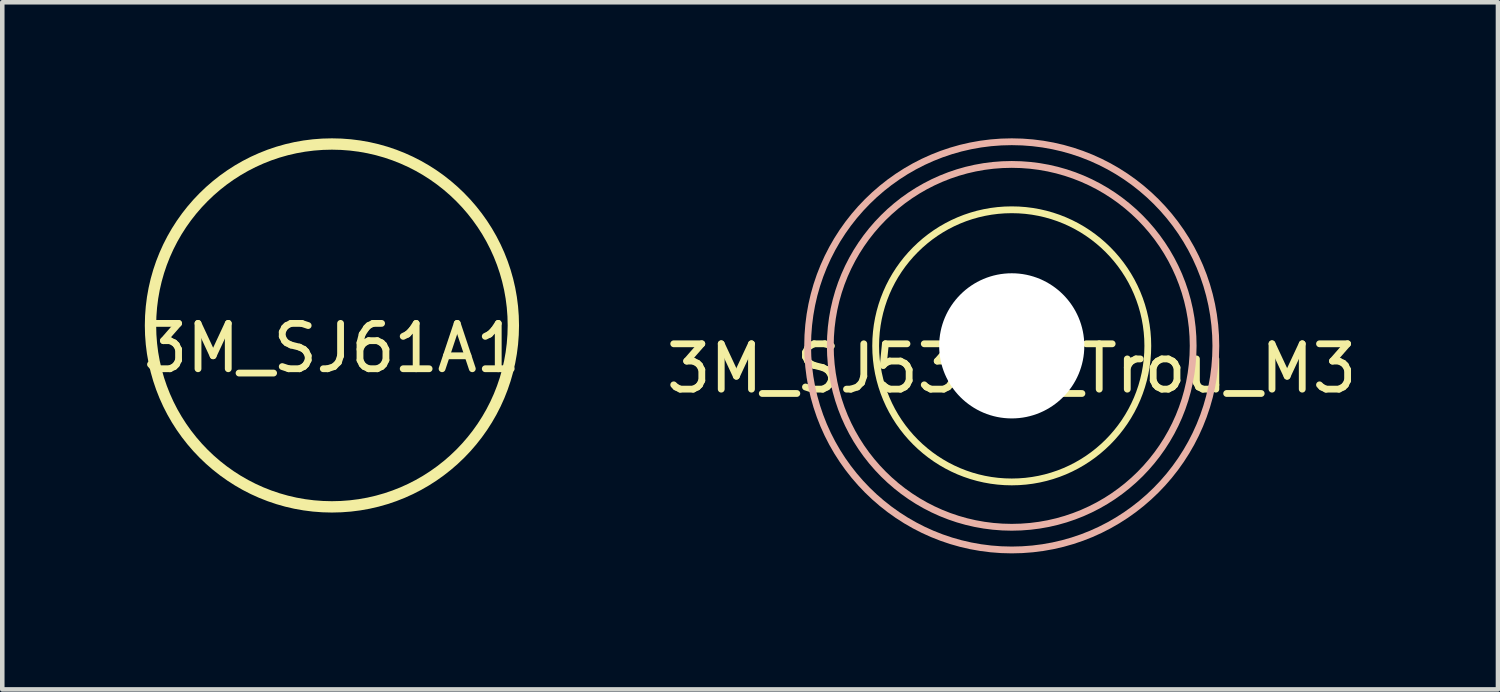
<source format=kicad_pcb>
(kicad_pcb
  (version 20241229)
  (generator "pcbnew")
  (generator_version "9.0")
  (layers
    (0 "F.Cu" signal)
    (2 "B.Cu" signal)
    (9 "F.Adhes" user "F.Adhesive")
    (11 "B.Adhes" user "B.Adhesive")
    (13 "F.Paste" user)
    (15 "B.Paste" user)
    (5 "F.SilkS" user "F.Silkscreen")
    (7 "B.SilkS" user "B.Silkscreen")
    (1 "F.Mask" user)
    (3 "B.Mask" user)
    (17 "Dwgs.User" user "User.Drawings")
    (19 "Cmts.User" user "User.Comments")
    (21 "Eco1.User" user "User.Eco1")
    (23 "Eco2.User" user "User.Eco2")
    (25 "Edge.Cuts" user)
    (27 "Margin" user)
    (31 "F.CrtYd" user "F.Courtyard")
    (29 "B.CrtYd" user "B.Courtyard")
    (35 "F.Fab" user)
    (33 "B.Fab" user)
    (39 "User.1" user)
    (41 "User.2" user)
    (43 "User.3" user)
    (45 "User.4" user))
  (footprint "3M_SJ5376_Trou_M3"
    (layer "F.Cu")
    (at 19.256 4.575)
    (property "Reference" "3M_SJ5376_Trou_M3" (at 0 0.5 0) (layer "F.SilkS") (effects (font (size 1 1) (thickness 0.15))))
    (attr through_hole)
    (fp_circle (center 0 0) (end 3 0) (stroke (width 0.15) (type solid)) (fill no) (layer "F.SilkS"))
    (fp_circle (center 0 0) (end 4 0) (stroke (width 0.15) (type solid)) (fill no) (layer "B.SilkS"))
    (fp_circle (center 0 0) (end 4.5 0) (stroke (width 0.15) (type solid)) (fill no) (layer "B.SilkS"))
    (pad "" np_thru_hole circle (at 0 0) (size 3.2 3.2) (drill 3.2) (layers "*.Cu")))
  (footprint "3M_SJ61A1"
    (layer "F.Cu")
    (at 4.268 4.125)
    (property "Reference" "3M_SJ61A1" (at 0 0.5 0) (layer "F.SilkS") (effects (font (size 1 1) (thickness 0.15))))
    (attr through_hole)
    (fp_circle (center 0 0) (end 4 0) (stroke (width 0.25) (type solid)) (fill no) (layer "F.SilkS")))
  (gr_rect
    (start -3 -3)
    (end 29.976 12.15)
    (stroke (width 0.1) (type default))
    (fill no)
    (layer "Edge.Cuts")))
</source>
